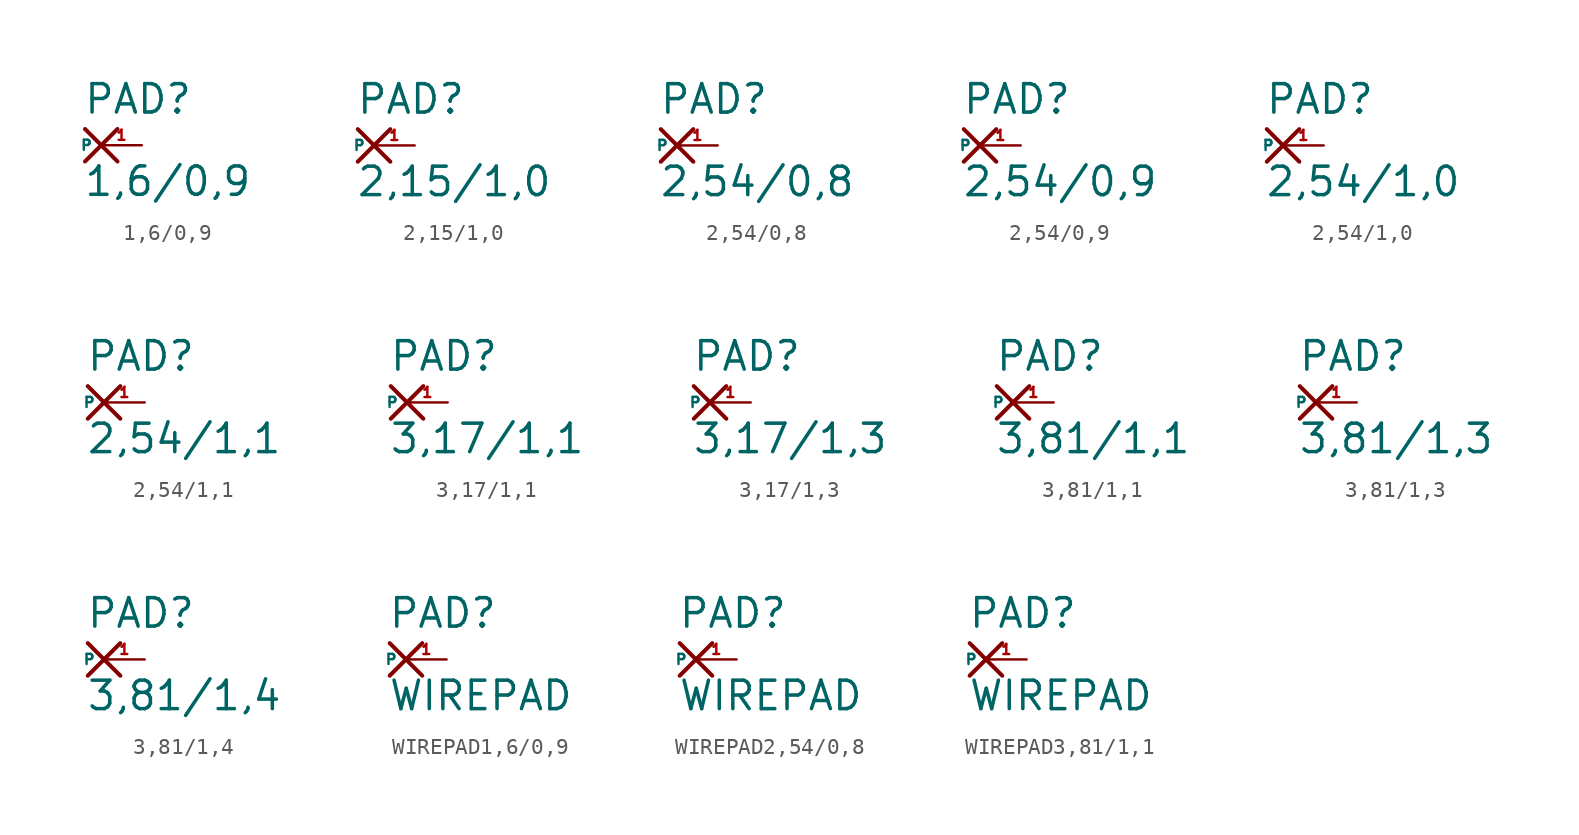
<source format=kicad_sym>
(kicad_symbol_lib
  (version 20220914)
  (generator Eagle2Kicad)
  (symbol "1,6/0,9"
    (property "Reference" "PAD"
      (at -1.143 1.854 0)
      (effects (font (size 1.778 1.778) (thickness 0.22)) (justify left bottom)))
    (property "Value" "1,6/0,9"
      (at -1.143 -3.302 0)
      (effects (font (size 1.778 1.778) (thickness 0.22)) (justify left bottom)))
    (polyline
      (pts (xy -1.016 1.016) (xy 1.016 -1.016))
      (stroke (width 0.254) (type default))
      (fill (type none)))
    (polyline
      (pts (xy -1.016 -1.016) (xy 1.016 1.016))
      (stroke (width 0.254) (type default))
      (fill (type none)))
    (pin passive line
      (at 2.54 0 180)
      (length 2.54)
      (name "P" (effects (font (size 0.635 0.635) (thickness 0.08)) (justify left bottom)))
      (number "1" (effects (font (size 0.635 0.635) (thickness 0.08)) (justify left bottom)))))
  (symbol "2,15/1,0"
    (property "Reference" "PAD"
      (at -1.143 1.854 0)
      (effects (font (size 1.778 1.778) (thickness 0.22)) (justify left bottom)))
    (property "Value" "2,15/1,0"
      (at -1.143 -3.302 0)
      (effects (font (size 1.778 1.778) (thickness 0.22)) (justify left bottom)))
    (polyline
      (pts (xy -1.016 1.016) (xy 1.016 -1.016))
      (stroke (width 0.254) (type default))
      (fill (type none)))
    (polyline
      (pts (xy -1.016 -1.016) (xy 1.016 1.016))
      (stroke (width 0.254) (type default))
      (fill (type none)))
    (pin passive line
      (at 2.54 0 180)
      (length 2.54)
      (name "P" (effects (font (size 0.635 0.635) (thickness 0.08)) (justify left bottom)))
      (number "1" (effects (font (size 0.635 0.635) (thickness 0.08)) (justify left bottom)))))
  (symbol "2,54/0,8"
    (property "Reference" "PAD"
      (at -1.143 1.854 0)
      (effects (font (size 1.778 1.778) (thickness 0.22)) (justify left bottom)))
    (property "Value" "2,54/0,8"
      (at -1.143 -3.302 0)
      (effects (font (size 1.778 1.778) (thickness 0.22)) (justify left bottom)))
    (polyline
      (pts (xy -1.016 1.016) (xy 1.016 -1.016))
      (stroke (width 0.254) (type default))
      (fill (type none)))
    (polyline
      (pts (xy -1.016 -1.016) (xy 1.016 1.016))
      (stroke (width 0.254) (type default))
      (fill (type none)))
    (pin passive line
      (at 2.54 0 180)
      (length 2.54)
      (name "P" (effects (font (size 0.635 0.635) (thickness 0.08)) (justify left bottom)))
      (number "1" (effects (font (size 0.635 0.635) (thickness 0.08)) (justify left bottom)))))
  (symbol "2,54/0,9"
    (property "Reference" "PAD"
      (at -1.143 1.854 0)
      (effects (font (size 1.778 1.778) (thickness 0.22)) (justify left bottom)))
    (property "Value" "2,54/0,9"
      (at -1.143 -3.302 0)
      (effects (font (size 1.778 1.778) (thickness 0.22)) (justify left bottom)))
    (polyline
      (pts (xy -1.016 1.016) (xy 1.016 -1.016))
      (stroke (width 0.254) (type default))
      (fill (type none)))
    (polyline
      (pts (xy -1.016 -1.016) (xy 1.016 1.016))
      (stroke (width 0.254) (type default))
      (fill (type none)))
    (pin passive line
      (at 2.54 0 180)
      (length 2.54)
      (name "P" (effects (font (size 0.635 0.635) (thickness 0.08)) (justify left bottom)))
      (number "1" (effects (font (size 0.635 0.635) (thickness 0.08)) (justify left bottom)))))
  (symbol "2,54/1,0"
    (property "Reference" "PAD"
      (at -1.143 1.854 0)
      (effects (font (size 1.778 1.778) (thickness 0.22)) (justify left bottom)))
    (property "Value" "2,54/1,0"
      (at -1.143 -3.302 0)
      (effects (font (size 1.778 1.778) (thickness 0.22)) (justify left bottom)))
    (polyline
      (pts (xy -1.016 1.016) (xy 1.016 -1.016))
      (stroke (width 0.254) (type default))
      (fill (type none)))
    (polyline
      (pts (xy -1.016 -1.016) (xy 1.016 1.016))
      (stroke (width 0.254) (type default))
      (fill (type none)))
    (pin passive line
      (at 2.54 0 180)
      (length 2.54)
      (name "P" (effects (font (size 0.635 0.635) (thickness 0.08)) (justify left bottom)))
      (number "1" (effects (font (size 0.635 0.635) (thickness 0.08)) (justify left bottom)))))
  (symbol "2,54/1,1"
    (property "Reference" "PAD"
      (at -1.143 1.854 0)
      (effects (font (size 1.778 1.778) (thickness 0.22)) (justify left bottom)))
    (property "Value" "2,54/1,1"
      (at -1.143 -3.302 0)
      (effects (font (size 1.778 1.778) (thickness 0.22)) (justify left bottom)))
    (polyline
      (pts (xy -1.016 1.016) (xy 1.016 -1.016))
      (stroke (width 0.254) (type default))
      (fill (type none)))
    (polyline
      (pts (xy -1.016 -1.016) (xy 1.016 1.016))
      (stroke (width 0.254) (type default))
      (fill (type none)))
    (pin passive line
      (at 2.54 0 180)
      (length 2.54)
      (name "P" (effects (font (size 0.635 0.635) (thickness 0.08)) (justify left bottom)))
      (number "1" (effects (font (size 0.635 0.635) (thickness 0.08)) (justify left bottom)))))
  (symbol "3,17/1,1"
    (property "Reference" "PAD"
      (at -1.143 1.854 0)
      (effects (font (size 1.778 1.778) (thickness 0.22)) (justify left bottom)))
    (property "Value" "3,17/1,1"
      (at -1.143 -3.302 0)
      (effects (font (size 1.778 1.778) (thickness 0.22)) (justify left bottom)))
    (polyline
      (pts (xy -1.016 1.016) (xy 1.016 -1.016))
      (stroke (width 0.254) (type default))
      (fill (type none)))
    (polyline
      (pts (xy -1.016 -1.016) (xy 1.016 1.016))
      (stroke (width 0.254) (type default))
      (fill (type none)))
    (pin passive line
      (at 2.54 0 180)
      (length 2.54)
      (name "P" (effects (font (size 0.635 0.635) (thickness 0.08)) (justify left bottom)))
      (number "1" (effects (font (size 0.635 0.635) (thickness 0.08)) (justify left bottom)))))
  (symbol "3,17/1,3"
    (property "Reference" "PAD"
      (at -1.143 1.854 0)
      (effects (font (size 1.778 1.778) (thickness 0.22)) (justify left bottom)))
    (property "Value" "3,17/1,3"
      (at -1.143 -3.302 0)
      (effects (font (size 1.778 1.778) (thickness 0.22)) (justify left bottom)))
    (polyline
      (pts (xy -1.016 1.016) (xy 1.016 -1.016))
      (stroke (width 0.254) (type default))
      (fill (type none)))
    (polyline
      (pts (xy -1.016 -1.016) (xy 1.016 1.016))
      (stroke (width 0.254) (type default))
      (fill (type none)))
    (pin passive line
      (at 2.54 0 180)
      (length 2.54)
      (name "P" (effects (font (size 0.635 0.635) (thickness 0.08)) (justify left bottom)))
      (number "1" (effects (font (size 0.635 0.635) (thickness 0.08)) (justify left bottom)))))
  (symbol "3,81/1,1"
    (property "Reference" "PAD"
      (at -1.143 1.854 0)
      (effects (font (size 1.778 1.778) (thickness 0.22)) (justify left bottom)))
    (property "Value" "3,81/1,1"
      (at -1.143 -3.302 0)
      (effects (font (size 1.778 1.778) (thickness 0.22)) (justify left bottom)))
    (polyline
      (pts (xy -1.016 1.016) (xy 1.016 -1.016))
      (stroke (width 0.254) (type default))
      (fill (type none)))
    (polyline
      (pts (xy -1.016 -1.016) (xy 1.016 1.016))
      (stroke (width 0.254) (type default))
      (fill (type none)))
    (pin passive line
      (at 2.54 0 180)
      (length 2.54)
      (name "P" (effects (font (size 0.635 0.635) (thickness 0.08)) (justify left bottom)))
      (number "1" (effects (font (size 0.635 0.635) (thickness 0.08)) (justify left bottom)))))
  (symbol "3,81/1,3"
    (property "Reference" "PAD"
      (at -1.143 1.854 0)
      (effects (font (size 1.778 1.778) (thickness 0.22)) (justify left bottom)))
    (property "Value" "3,81/1,3"
      (at -1.143 -3.302 0)
      (effects (font (size 1.778 1.778) (thickness 0.22)) (justify left bottom)))
    (polyline
      (pts (xy -1.016 1.016) (xy 1.016 -1.016))
      (stroke (width 0.254) (type default))
      (fill (type none)))
    (polyline
      (pts (xy -1.016 -1.016) (xy 1.016 1.016))
      (stroke (width 0.254) (type default))
      (fill (type none)))
    (pin passive line
      (at 2.54 0 180)
      (length 2.54)
      (name "P" (effects (font (size 0.635 0.635) (thickness 0.08)) (justify left bottom)))
      (number "1" (effects (font (size 0.635 0.635) (thickness 0.08)) (justify left bottom)))))
  (symbol "3,81/1,4"
    (property "Reference" "PAD"
      (at -1.143 1.854 0)
      (effects (font (size 1.778 1.778) (thickness 0.22)) (justify left bottom)))
    (property "Value" "3,81/1,4"
      (at -1.143 -3.302 0)
      (effects (font (size 1.778 1.778) (thickness 0.22)) (justify left bottom)))
    (polyline
      (pts (xy -1.016 1.016) (xy 1.016 -1.016))
      (stroke (width 0.254) (type default))
      (fill (type none)))
    (polyline
      (pts (xy -1.016 -1.016) (xy 1.016 1.016))
      (stroke (width 0.254) (type default))
      (fill (type none)))
    (pin passive line
      (at 2.54 0 180)
      (length 2.54)
      (name "P" (effects (font (size 0.635 0.635) (thickness 0.08)) (justify left bottom)))
      (number "1" (effects (font (size 0.635 0.635) (thickness 0.08)) (justify left bottom)))))
  (symbol "WIREPAD1,6/0,9"
    (property "Reference" "PAD"
      (at -1.143 1.854 0)
      (effects (font (size 1.778 1.778) (thickness 0.22)) (justify left bottom)))
    (property "Value" "WIREPAD"
      (at -1.143 -3.302 0)
      (effects (font (size 1.778 1.778) (thickness 0.22)) (justify left bottom)))
    (polyline
      (pts (xy -1.016 1.016) (xy 1.016 -1.016))
      (stroke (width 0.254) (type default))
      (fill (type none)))
    (polyline
      (pts (xy -1.016 -1.016) (xy 1.016 1.016))
      (stroke (width 0.254) (type default))
      (fill (type none)))
    (pin passive line
      (at 2.54 0 180)
      (length 2.54)
      (name "P" (effects (font (size 0.635 0.635) (thickness 0.08)) (justify left bottom)))
      (number "1" (effects (font (size 0.635 0.635) (thickness 0.08)) (justify left bottom)))))
  (symbol "WIREPAD2,54/0,8"
    (property "Reference" "PAD"
      (at -1.143 1.854 0)
      (effects (font (size 1.778 1.778) (thickness 0.22)) (justify left bottom)))
    (property "Value" "WIREPAD"
      (at -1.143 -3.302 0)
      (effects (font (size 1.778 1.778) (thickness 0.22)) (justify left bottom)))
    (polyline
      (pts (xy -1.016 1.016) (xy 1.016 -1.016))
      (stroke (width 0.254) (type default))
      (fill (type none)))
    (polyline
      (pts (xy -1.016 -1.016) (xy 1.016 1.016))
      (stroke (width 0.254) (type default))
      (fill (type none)))
    (pin passive line
      (at 2.54 0 180)
      (length 2.54)
      (name "P" (effects (font (size 0.635 0.635) (thickness 0.08)) (justify left bottom)))
      (number "1" (effects (font (size 0.635 0.635) (thickness 0.08)) (justify left bottom)))))
  (symbol "WIREPAD3,81/1,1"
    (property "Reference" "PAD"
      (at -1.143 1.854 0)
      (effects (font (size 1.778 1.778) (thickness 0.22)) (justify left bottom)))
    (property "Value" "WIREPAD"
      (at -1.143 -3.302 0)
      (effects (font (size 1.778 1.778) (thickness 0.22)) (justify left bottom)))
    (polyline
      (pts (xy -1.016 1.016) (xy 1.016 -1.016))
      (stroke (width 0.254) (type default))
      (fill (type none)))
    (polyline
      (pts (xy -1.016 -1.016) (xy 1.016 1.016))
      (stroke (width 0.254) (type default))
      (fill (type none)))
    (pin passive line
      (at 2.54 0 180)
      (length 2.54)
      (name "P" (effects (font (size 0.635 0.635) (thickness 0.08)) (justify left bottom)))
      (number "1" (effects (font (size 0.635 0.635) (thickness 0.08)) (justify left bottom))))))
</source>
